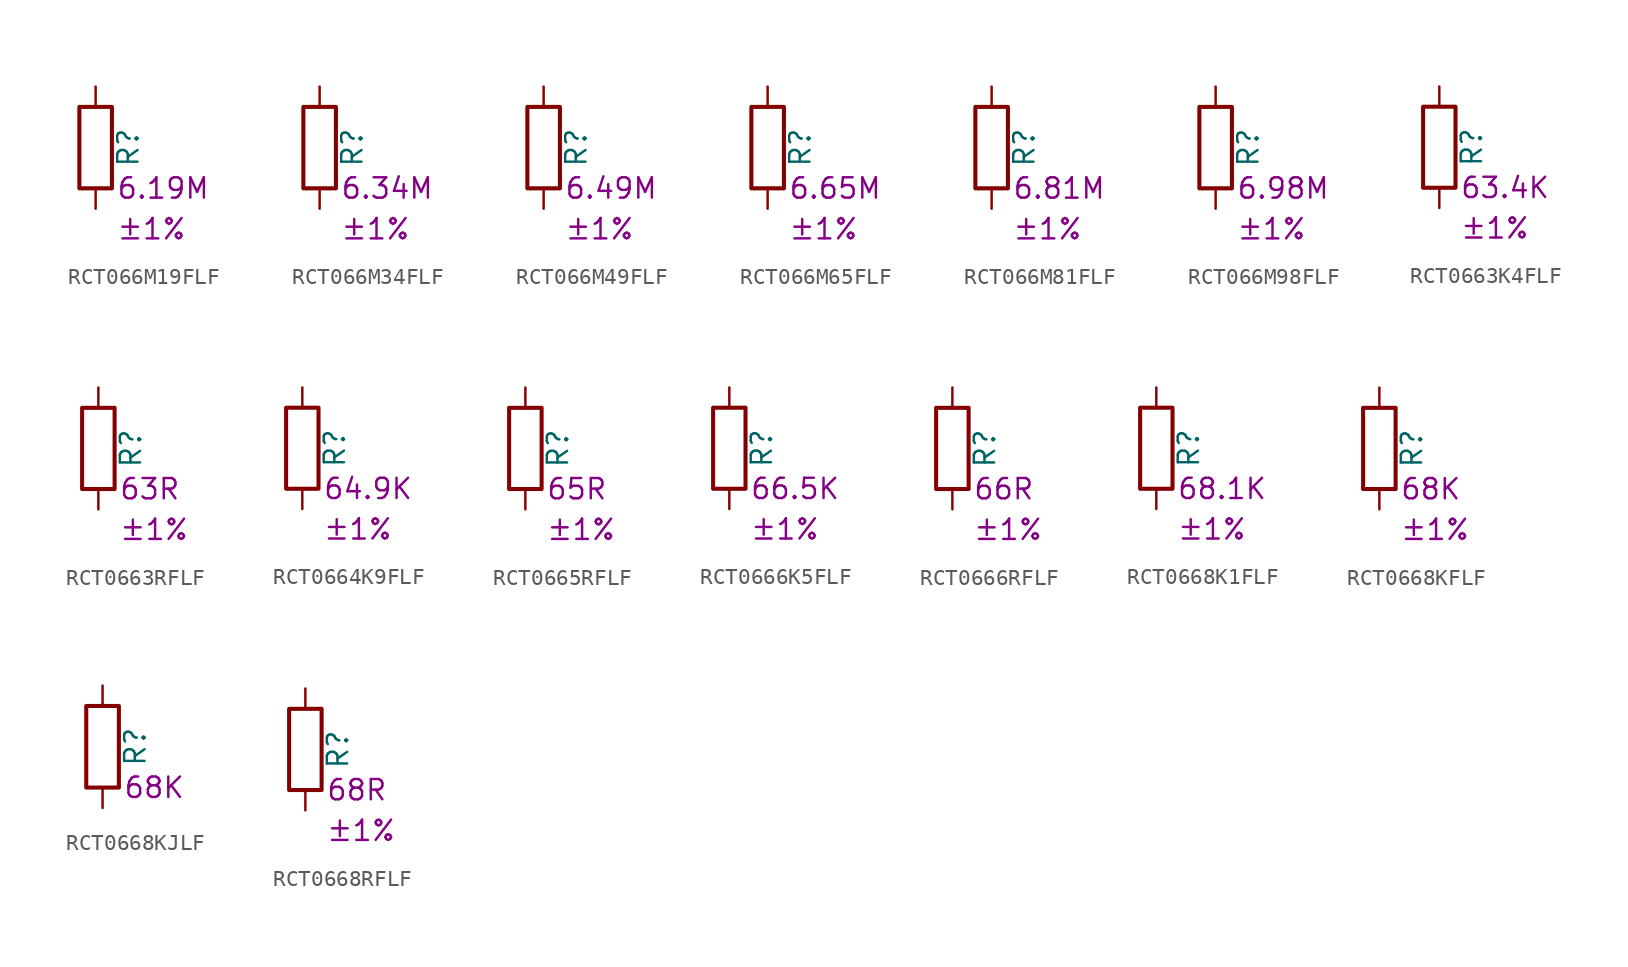
<source format=kicad_sym>
(kicad_symbol_lib
  (version 20220914)
  (generator kicad_symbol_editor)
  (symbol "RCT066M19FLF"
    (pin_numbers hide)
    (pin_names
      (offset 0))
    (property "Reference" "R"
      (at 2.032 0 90)
      (effects (font (size 1.27 1.27))))
    (property "Resistance" "6.19M"
      (at 1.27 -2.54 0)
      (effects (font (size 1.27 1.27)) (justify left)))
    (property "Tolerance" "±1%"
      (at 1.27 -5.08 0)
      (effects (font (size 1.27 1.27)) (justify left)))
    (symbol "RCT066M19FLF_0_1"
      (rectangle (start -1.016 -2.54) (end 1.016 2.54) (stroke (width 0.254) (type default)) (fill (type none))))
    (symbol "RCT066M19FLF_1_1"
      (pin passive line (at 0 3.81 270) (length 1.27) (name "~" (effects (font (size 1.27 1.27)))) (number "1" (effects (font (size 1.27 1.27)))))
      (pin passive line (at 0 -3.81 90) (length 1.27) (name "~" (effects (font (size 1.27 1.27)))) (number "2" (effects (font (size 1.27 1.27)))))))
  (symbol "RCT066M34FLF"
    (pin_numbers hide)
    (pin_names
      (offset 0))
    (property "Reference" "R"
      (at 2.032 0 90)
      (effects (font (size 1.27 1.27))))
    (property "Resistance" "6.34M"
      (at 1.27 -2.54 0)
      (effects (font (size 1.27 1.27)) (justify left)))
    (property "Tolerance" "±1%"
      (at 1.27 -5.08 0)
      (effects (font (size 1.27 1.27)) (justify left)))
    (symbol "RCT066M34FLF_0_1"
      (rectangle (start -1.016 -2.54) (end 1.016 2.54) (stroke (width 0.254) (type default)) (fill (type none))))
    (symbol "RCT066M34FLF_1_1"
      (pin passive line (at 0 3.81 270) (length 1.27) (name "~" (effects (font (size 1.27 1.27)))) (number "1" (effects (font (size 1.27 1.27)))))
      (pin passive line (at 0 -3.81 90) (length 1.27) (name "~" (effects (font (size 1.27 1.27)))) (number "2" (effects (font (size 1.27 1.27)))))))
  (symbol "RCT066M49FLF"
    (pin_numbers hide)
    (pin_names
      (offset 0))
    (property "Reference" "R"
      (at 2.032 0 90)
      (effects (font (size 1.27 1.27))))
    (property "Resistance" "6.49M"
      (at 1.27 -2.54 0)
      (effects (font (size 1.27 1.27)) (justify left)))
    (property "Tolerance" "±1%"
      (at 1.27 -5.08 0)
      (effects (font (size 1.27 1.27)) (justify left)))
    (symbol "RCT066M49FLF_0_1"
      (rectangle (start -1.016 -2.54) (end 1.016 2.54) (stroke (width 0.254) (type default)) (fill (type none))))
    (symbol "RCT066M49FLF_1_1"
      (pin passive line (at 0 3.81 270) (length 1.27) (name "~" (effects (font (size 1.27 1.27)))) (number "1" (effects (font (size 1.27 1.27)))))
      (pin passive line (at 0 -3.81 90) (length 1.27) (name "~" (effects (font (size 1.27 1.27)))) (number "2" (effects (font (size 1.27 1.27)))))))
  (symbol "RCT066M65FLF"
    (pin_numbers hide)
    (pin_names
      (offset 0))
    (property "Reference" "R"
      (at 2.032 0 90)
      (effects (font (size 1.27 1.27))))
    (property "Resistance" "6.65M"
      (at 1.27 -2.54 0)
      (effects (font (size 1.27 1.27)) (justify left)))
    (property "Tolerance" "±1%"
      (at 1.27 -5.08 0)
      (effects (font (size 1.27 1.27)) (justify left)))
    (symbol "RCT066M65FLF_0_1"
      (rectangle (start -1.016 -2.54) (end 1.016 2.54) (stroke (width 0.254) (type default)) (fill (type none))))
    (symbol "RCT066M65FLF_1_1"
      (pin passive line (at 0 3.81 270) (length 1.27) (name "~" (effects (font (size 1.27 1.27)))) (number "1" (effects (font (size 1.27 1.27)))))
      (pin passive line (at 0 -3.81 90) (length 1.27) (name "~" (effects (font (size 1.27 1.27)))) (number "2" (effects (font (size 1.27 1.27)))))))
  (symbol "RCT066M81FLF"
    (pin_numbers hide)
    (pin_names
      (offset 0))
    (property "Reference" "R"
      (at 2.032 0 90)
      (effects (font (size 1.27 1.27))))
    (property "Resistance" "6.81M"
      (at 1.27 -2.54 0)
      (effects (font (size 1.27 1.27)) (justify left)))
    (property "Tolerance" "±1%"
      (at 1.27 -5.08 0)
      (effects (font (size 1.27 1.27)) (justify left)))
    (symbol "RCT066M81FLF_0_1"
      (rectangle (start -1.016 -2.54) (end 1.016 2.54) (stroke (width 0.254) (type default)) (fill (type none))))
    (symbol "RCT066M81FLF_1_1"
      (pin passive line (at 0 3.81 270) (length 1.27) (name "~" (effects (font (size 1.27 1.27)))) (number "1" (effects (font (size 1.27 1.27)))))
      (pin passive line (at 0 -3.81 90) (length 1.27) (name "~" (effects (font (size 1.27 1.27)))) (number "2" (effects (font (size 1.27 1.27)))))))
  (symbol "RCT066M98FLF"
    (pin_numbers hide)
    (pin_names
      (offset 0))
    (property "Reference" "R"
      (at 2.032 0 90)
      (effects (font (size 1.27 1.27))))
    (property "Resistance" "6.98M"
      (at 1.27 -2.54 0)
      (effects (font (size 1.27 1.27)) (justify left)))
    (property "Tolerance" "±1%"
      (at 1.27 -5.08 0)
      (effects (font (size 1.27 1.27)) (justify left)))
    (symbol "RCT066M98FLF_0_1"
      (rectangle (start -1.016 -2.54) (end 1.016 2.54) (stroke (width 0.254) (type default)) (fill (type none))))
    (symbol "RCT066M98FLF_1_1"
      (pin passive line (at 0 3.81 270) (length 1.27) (name "~" (effects (font (size 1.27 1.27)))) (number "1" (effects (font (size 1.27 1.27)))))
      (pin passive line (at 0 -3.81 90) (length 1.27) (name "~" (effects (font (size 1.27 1.27)))) (number "2" (effects (font (size 1.27 1.27)))))))
  (symbol "RCT0663K4FLF"
    (pin_numbers hide)
    (pin_names
      (offset 0))
    (property "Reference" "R"
      (at 2.032 0 90)
      (effects (font (size 1.27 1.27))))
    (property "Resistance" "63.4K"
      (at 1.27 -2.54 0)
      (effects (font (size 1.27 1.27)) (justify left)))
    (property "Tolerance" "±1%"
      (at 1.27 -5.08 0)
      (effects (font (size 1.27 1.27)) (justify left)))
    (symbol "RCT0663K4FLF_0_1"
      (rectangle (start -1.016 -2.54) (end 1.016 2.54) (stroke (width 0.254) (type default)) (fill (type none))))
    (symbol "RCT0663K4FLF_1_1"
      (pin passive line (at 0 3.81 270) (length 1.27) (name "~" (effects (font (size 1.27 1.27)))) (number "1" (effects (font (size 1.27 1.27)))))
      (pin passive line (at 0 -3.81 90) (length 1.27) (name "~" (effects (font (size 1.27 1.27)))) (number "2" (effects (font (size 1.27 1.27)))))))
  (symbol "RCT0663RFLF"
    (pin_numbers hide)
    (pin_names
      (offset 0))
    (property "Reference" "R"
      (at 2.032 0 90)
      (effects (font (size 1.27 1.27))))
    (property "Resistance" "63R"
      (at 1.27 -2.54 0)
      (effects (font (size 1.27 1.27)) (justify left)))
    (property "Tolerance" "±1%"
      (at 1.27 -5.08 0)
      (effects (font (size 1.27 1.27)) (justify left)))
    (symbol "RCT0663RFLF_0_1"
      (rectangle (start -1.016 -2.54) (end 1.016 2.54) (stroke (width 0.254) (type default)) (fill (type none))))
    (symbol "RCT0663RFLF_1_1"
      (pin passive line (at 0 3.81 270) (length 1.27) (name "~" (effects (font (size 1.27 1.27)))) (number "1" (effects (font (size 1.27 1.27)))))
      (pin passive line (at 0 -3.81 90) (length 1.27) (name "~" (effects (font (size 1.27 1.27)))) (number "2" (effects (font (size 1.27 1.27)))))))
  (symbol "RCT0664K9FLF"
    (pin_numbers hide)
    (pin_names
      (offset 0))
    (property "Reference" "R"
      (at 2.032 0 90)
      (effects (font (size 1.27 1.27))))
    (property "Resistance" "64.9K"
      (at 1.27 -2.54 0)
      (effects (font (size 1.27 1.27)) (justify left)))
    (property "Tolerance" "±1%"
      (at 1.27 -5.08 0)
      (effects (font (size 1.27 1.27)) (justify left)))
    (symbol "RCT0664K9FLF_0_1"
      (rectangle (start -1.016 -2.54) (end 1.016 2.54) (stroke (width 0.254) (type default)) (fill (type none))))
    (symbol "RCT0664K9FLF_1_1"
      (pin passive line (at 0 3.81 270) (length 1.27) (name "~" (effects (font (size 1.27 1.27)))) (number "1" (effects (font (size 1.27 1.27)))))
      (pin passive line (at 0 -3.81 90) (length 1.27) (name "~" (effects (font (size 1.27 1.27)))) (number "2" (effects (font (size 1.27 1.27)))))))
  (symbol "RCT0665RFLF"
    (pin_numbers hide)
    (pin_names
      (offset 0))
    (property "Reference" "R"
      (at 2.032 0 90)
      (effects (font (size 1.27 1.27))))
    (property "Resistance" "65R"
      (at 1.27 -2.54 0)
      (effects (font (size 1.27 1.27)) (justify left)))
    (property "Tolerance" "±1%"
      (at 1.27 -5.08 0)
      (effects (font (size 1.27 1.27)) (justify left)))
    (symbol "RCT0665RFLF_0_1"
      (rectangle (start -1.016 -2.54) (end 1.016 2.54) (stroke (width 0.254) (type default)) (fill (type none))))
    (symbol "RCT0665RFLF_1_1"
      (pin passive line (at 0 3.81 270) (length 1.27) (name "~" (effects (font (size 1.27 1.27)))) (number "1" (effects (font (size 1.27 1.27)))))
      (pin passive line (at 0 -3.81 90) (length 1.27) (name "~" (effects (font (size 1.27 1.27)))) (number "2" (effects (font (size 1.27 1.27)))))))
  (symbol "RCT0666K5FLF"
    (pin_numbers hide)
    (pin_names
      (offset 0))
    (property "Reference" "R"
      (at 2.032 0 90)
      (effects (font (size 1.27 1.27))))
    (property "Resistance" "66.5K"
      (at 1.27 -2.54 0)
      (effects (font (size 1.27 1.27)) (justify left)))
    (property "Tolerance" "±1%"
      (at 1.27 -5.08 0)
      (effects (font (size 1.27 1.27)) (justify left)))
    (symbol "RCT0666K5FLF_0_1"
      (rectangle (start -1.016 -2.54) (end 1.016 2.54) (stroke (width 0.254) (type default)) (fill (type none))))
    (symbol "RCT0666K5FLF_1_1"
      (pin passive line (at 0 3.81 270) (length 1.27) (name "~" (effects (font (size 1.27 1.27)))) (number "1" (effects (font (size 1.27 1.27)))))
      (pin passive line (at 0 -3.81 90) (length 1.27) (name "~" (effects (font (size 1.27 1.27)))) (number "2" (effects (font (size 1.27 1.27)))))))
  (symbol "RCT0666RFLF"
    (pin_numbers hide)
    (pin_names
      (offset 0))
    (property "Reference" "R"
      (at 2.032 0 90)
      (effects (font (size 1.27 1.27))))
    (property "Resistance" "66R"
      (at 1.27 -2.54 0)
      (effects (font (size 1.27 1.27)) (justify left)))
    (property "Tolerance" "±1%"
      (at 1.27 -5.08 0)
      (effects (font (size 1.27 1.27)) (justify left)))
    (symbol "RCT0666RFLF_0_1"
      (rectangle (start -1.016 -2.54) (end 1.016 2.54) (stroke (width 0.254) (type default)) (fill (type none))))
    (symbol "RCT0666RFLF_1_1"
      (pin passive line (at 0 3.81 270) (length 1.27) (name "~" (effects (font (size 1.27 1.27)))) (number "1" (effects (font (size 1.27 1.27)))))
      (pin passive line (at 0 -3.81 90) (length 1.27) (name "~" (effects (font (size 1.27 1.27)))) (number "2" (effects (font (size 1.27 1.27)))))))
  (symbol "RCT0668K1FLF"
    (pin_numbers hide)
    (pin_names
      (offset 0))
    (property "Reference" "R"
      (at 2.032 0 90)
      (effects (font (size 1.27 1.27))))
    (property "Resistance" "68.1K"
      (at 1.27 -2.54 0)
      (effects (font (size 1.27 1.27)) (justify left)))
    (property "Tolerance" "±1%"
      (at 1.27 -5.08 0)
      (effects (font (size 1.27 1.27)) (justify left)))
    (symbol "RCT0668K1FLF_0_1"
      (rectangle (start -1.016 -2.54) (end 1.016 2.54) (stroke (width 0.254) (type default)) (fill (type none))))
    (symbol "RCT0668K1FLF_1_1"
      (pin passive line (at 0 3.81 270) (length 1.27) (name "~" (effects (font (size 1.27 1.27)))) (number "1" (effects (font (size 1.27 1.27)))))
      (pin passive line (at 0 -3.81 90) (length 1.27) (name "~" (effects (font (size 1.27 1.27)))) (number "2" (effects (font (size 1.27 1.27)))))))
  (symbol "RCT0668KFLF"
    (pin_numbers hide)
    (pin_names
      (offset 0))
    (property "Reference" "R"
      (at 2.032 0 90)
      (effects (font (size 1.27 1.27))))
    (property "Resistance" "68K"
      (at 1.27 -2.54 0)
      (effects (font (size 1.27 1.27)) (justify left)))
    (property "Tolerance" "±1%"
      (at 1.27 -5.08 0)
      (effects (font (size 1.27 1.27)) (justify left)))
    (symbol "RCT0668KFLF_0_1"
      (rectangle (start -1.016 -2.54) (end 1.016 2.54) (stroke (width 0.254) (type default)) (fill (type none))))
    (symbol "RCT0668KFLF_1_1"
      (pin passive line (at 0 3.81 270) (length 1.27) (name "~" (effects (font (size 1.27 1.27)))) (number "1" (effects (font (size 1.27 1.27)))))
      (pin passive line (at 0 -3.81 90) (length 1.27) (name "~" (effects (font (size 1.27 1.27)))) (number "2" (effects (font (size 1.27 1.27)))))))
  (symbol "RCT0668KJLF"
    (pin_numbers hide)
    (pin_names
      (offset 0))
    (property "Reference" "R"
      (at 2.032 0 90)
      (effects (font (size 1.27 1.27))))
    (property "Resistance" "68K"
      (at 1.27 -2.54 0)
      (effects (font (size 1.27 1.27)) (justify left)))
    (symbol "RCT0668KJLF_0_1"
      (rectangle (start -1.016 -2.54) (end 1.016 2.54) (stroke (width 0.254) (type default)) (fill (type none))))
    (symbol "RCT0668KJLF_1_1"
      (pin passive line (at 0 3.81 270) (length 1.27) (name "~" (effects (font (size 1.27 1.27)))) (number "1" (effects (font (size 1.27 1.27)))))
      (pin passive line (at 0 -3.81 90) (length 1.27) (name "~" (effects (font (size 1.27 1.27)))) (number "2" (effects (font (size 1.27 1.27)))))))
  (symbol "RCT0668RFLF"
    (pin_numbers hide)
    (pin_names
      (offset 0))
    (property "Reference" "R"
      (at 2.032 0 90)
      (effects (font (size 1.27 1.27))))
    (property "Resistance" "68R"
      (at 1.27 -2.54 0)
      (effects (font (size 1.27 1.27)) (justify left)))
    (property "Tolerance" "±1%"
      (at 1.27 -5.08 0)
      (effects (font (size 1.27 1.27)) (justify left)))
    (symbol "RCT0668RFLF_0_1"
      (rectangle (start -1.016 -2.54) (end 1.016 2.54) (stroke (width 0.254) (type default)) (fill (type none))))
    (symbol "RCT0668RFLF_1_1"
      (pin passive line (at 0 3.81 270) (length 1.27) (name "~" (effects (font (size 1.27 1.27)))) (number "1" (effects (font (size 1.27 1.27)))))
      (pin passive line (at 0 -3.81 90) (length 1.27) (name "~" (effects (font (size 1.27 1.27)))) (number "2" (effects (font (size 1.27 1.27))))))))
</source>
